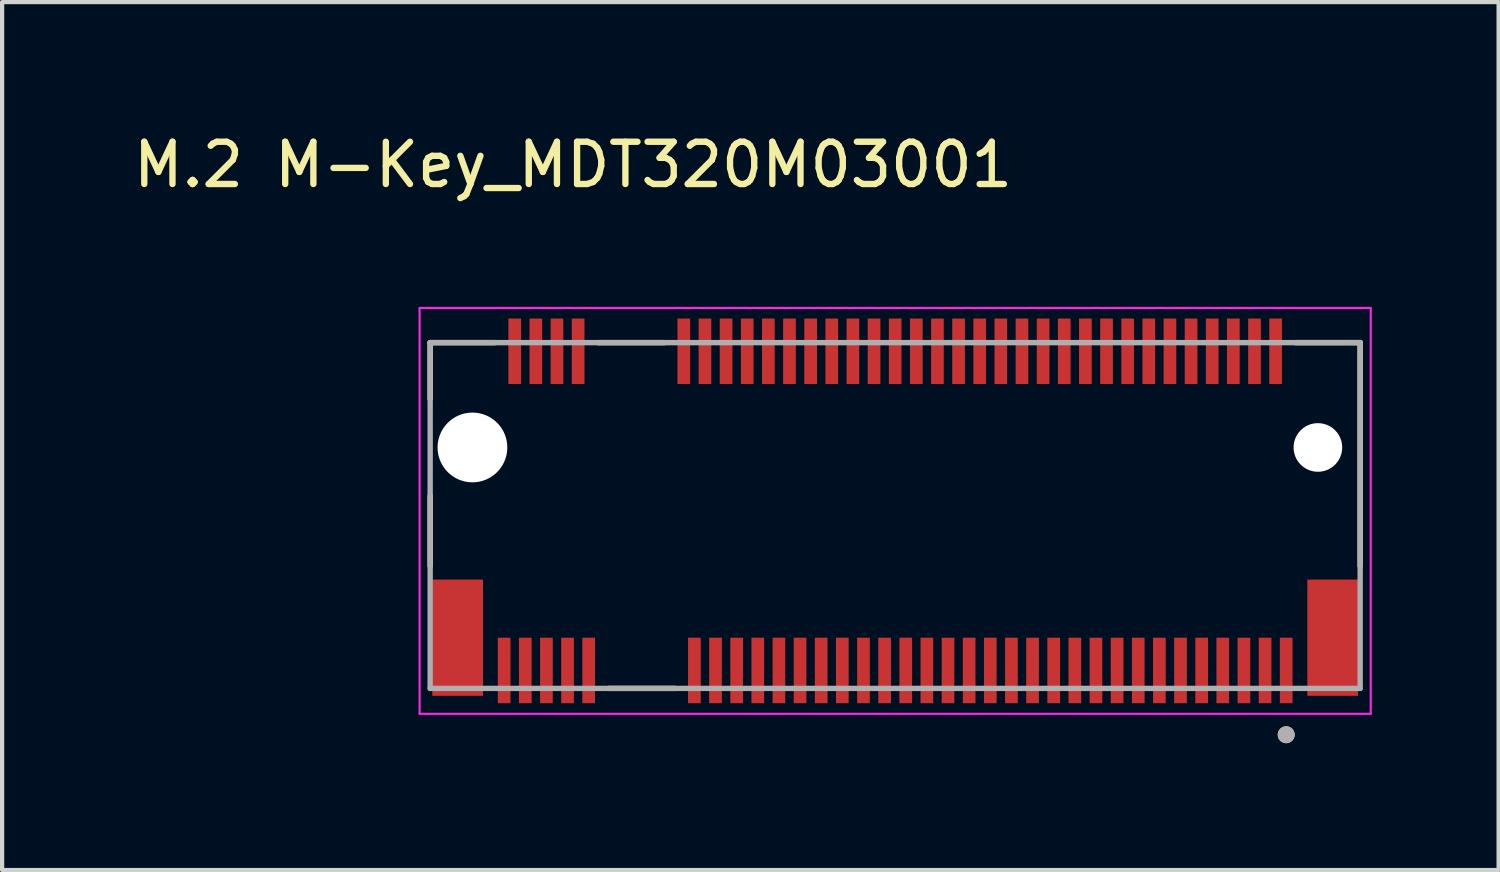
<source format=kicad_pcb>
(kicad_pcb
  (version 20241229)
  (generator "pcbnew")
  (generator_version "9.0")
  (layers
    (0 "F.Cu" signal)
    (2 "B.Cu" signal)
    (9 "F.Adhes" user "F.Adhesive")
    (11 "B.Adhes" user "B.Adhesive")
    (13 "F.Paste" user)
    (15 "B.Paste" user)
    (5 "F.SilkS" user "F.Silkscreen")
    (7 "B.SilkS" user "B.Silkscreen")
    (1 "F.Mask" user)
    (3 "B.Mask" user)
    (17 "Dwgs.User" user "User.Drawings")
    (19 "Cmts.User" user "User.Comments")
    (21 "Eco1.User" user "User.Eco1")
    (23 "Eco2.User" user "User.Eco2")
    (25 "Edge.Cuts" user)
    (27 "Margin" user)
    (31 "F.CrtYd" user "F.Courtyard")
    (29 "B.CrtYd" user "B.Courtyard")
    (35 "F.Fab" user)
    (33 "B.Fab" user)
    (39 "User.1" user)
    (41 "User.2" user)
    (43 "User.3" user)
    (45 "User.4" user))
  (footprint "M.2 M-Key_MDT320M03001"
    (layer "F.Cu")
    (at 18.126 11.135)
    (property "Reference" "M.2 M-Key_MDT320M03001" (at -7.62 -10.287 0) (layer "F.SilkS") (effects (font (size 1 1) (thickness 0.15))))
    (attr smd)
    (fp_line (start -11 -6.08) (end -11 -4.745) (stroke (width 0.127) (type solid)) (layer "F.SilkS"))
    (fp_line (start -11 -6.08) (end -9.47 -6.08) (stroke (width 0.127) (type solid)) (layer "F.SilkS"))
    (fp_line (start -11 -0.795) (end -11 -2.455) (stroke (width 0.127) (type solid)) (layer "F.SilkS"))
    (fp_line (start -5.463 -6.08) (end -7.027 -6.08) (stroke (width 0.127) (type solid)) (layer "F.SilkS"))
    (fp_line (start -5.213 2.1) (end -6.777 2.1) (stroke (width 0.127) (type solid)) (layer "F.SilkS"))
    (fp_line (start 9.47 -6.08) (end 11 -6.08) (stroke (width 0.127) (type solid)) (layer "F.SilkS"))
    (fp_line (start 11 -6.08) (end 11 -0.795) (stroke (width 0.127) (type solid)) (layer "F.SilkS"))
    (fp_circle (center 9.25 3.196) (end 9.15 3.196) (stroke (width 0.2) (type solid)) (fill no) (layer "F.SilkS"))
    (fp_line (start -11.25 -6.9) (end -11.25 2.7) (stroke (width 0.05) (type solid)) (layer "F.CrtYd"))
    (fp_line (start -11.25 2.7) (end 11.25 2.7) (stroke (width 0.05) (type solid)) (layer "F.CrtYd"))
    (fp_line (start 11.25 -6.9) (end -11.25 -6.9) (stroke (width 0.05) (type solid)) (layer "F.CrtYd"))
    (fp_line (start 11.25 2.7) (end 11.25 -6.9) (stroke (width 0.05) (type solid)) (layer "F.CrtYd"))
    (fp_line (start -11 -6.08) (end 11 -6.08) (stroke (width 0.127) (type solid)) (layer "F.Fab"))
    (fp_line (start -11 2.1) (end -11 -6.08) (stroke (width 0.127) (type solid)) (layer "F.Fab"))
    (fp_line (start 11 -6.08) (end 11 2.1) (stroke (width 0.127) (type solid)) (layer "F.Fab"))
    (fp_line (start 11 2.1) (end -11 2.1) (stroke (width 0.127) (type solid)) (layer "F.Fab"))
    (fp_circle (center 9.25 3.196) (end 9.15 3.196) (stroke (width 0.2) (type solid)) (fill no) (layer "F.Fab"))
    (pad "" np_thru_hole circle (at -10 -3.6 180) (size 1.65 1.65) (drill 1.65) (layers "*.Cu" "*.Mask"))
    (pad "" np_thru_hole circle (at 10 -3.6 180) (size 1.15 1.15) (drill 1.15) (layers "*.Cu" "*.Mask"))
    (pad "1" smd rect (at 9.25 1.675 180) (size 0.3 1.55) (layers "F.Cu" "F.Mask" "F.Paste"))
    (pad "2" smd rect (at 9 -5.875 180) (size 0.3 1.55) (layers "F.Cu" "F.Mask" "F.Paste"))
    (pad "3" smd rect (at 8.75 1.675 180) (size 0.3 1.55) (layers "F.Cu" "F.Mask" "F.Paste"))
    (pad "4" smd rect (at 8.5 -5.875 180) (size 0.3 1.55) (layers "F.Cu" "F.Mask" "F.Paste"))
    (pad "5" smd rect (at 8.25 1.675 180) (size 0.3 1.55) (layers "F.Cu" "F.Mask" "F.Paste"))
    (pad "6" smd rect (at 8 -5.875 180) (size 0.3 1.55) (layers "F.Cu" "F.Mask" "F.Paste"))
    (pad "7" smd rect (at 7.75 1.675 180) (size 0.3 1.55) (layers "F.Cu" "F.Mask" "F.Paste"))
    (pad "8" smd rect (at 7.5 -5.875 180) (size 0.3 1.55) (layers "F.Cu" "F.Mask" "F.Paste"))
    (pad "9" smd rect (at 7.25 1.675 180) (size 0.3 1.55) (layers "F.Cu" "F.Mask" "F.Paste"))
    (pad "10" smd rect (at 7 -5.875 180) (size 0.3 1.55) (layers "F.Cu" "F.Mask" "F.Paste"))
    (pad "11" smd rect (at 6.75 1.675 180) (size 0.3 1.55) (layers "F.Cu" "F.Mask" "F.Paste"))
    (pad "12" smd rect (at 6.5 -5.875 180) (size 0.3 1.55) (layers "F.Cu" "F.Mask" "F.Paste"))
    (pad "13" smd rect (at 6.25 1.675 180) (size 0.3 1.55) (layers "F.Cu" "F.Mask" "F.Paste"))
    (pad "14" smd rect (at 6 -5.875 180) (size 0.3 1.55) (layers "F.Cu" "F.Mask" "F.Paste"))
    (pad "15" smd rect (at 5.75 1.675 180) (size 0.3 1.55) (layers "F.Cu" "F.Mask" "F.Paste"))
    (pad "16" smd rect (at 5.5 -5.875 180) (size 0.3 1.55) (layers "F.Cu" "F.Mask" "F.Paste"))
    (pad "17" smd rect (at 5.25 1.675 180) (size 0.3 1.55) (layers "F.Cu" "F.Mask" "F.Paste"))
    (pad "18" smd rect (at 5 -5.875 180) (size 0.3 1.55) (layers "F.Cu" "F.Mask" "F.Paste"))
    (pad "19" smd rect (at 4.75 1.675 180) (size 0.3 1.55) (layers "F.Cu" "F.Mask" "F.Paste"))
    (pad "20" smd rect (at 4.5 -5.875 180) (size 0.3 1.55) (layers "F.Cu" "F.Mask" "F.Paste"))
    (pad "21" smd rect (at 4.25 1.675 180) (size 0.3 1.55) (layers "F.Cu" "F.Mask" "F.Paste"))
    (pad "22" smd rect (at 4 -5.875 180) (size 0.3 1.55) (layers "F.Cu" "F.Mask" "F.Paste"))
    (pad "23" smd rect (at 3.75 1.675 180) (size 0.3 1.55) (layers "F.Cu" "F.Mask" "F.Paste"))
    (pad "24" smd rect (at 3.5 -5.875 180) (size 0.3 1.55) (layers "F.Cu" "F.Mask" "F.Paste"))
    (pad "25" smd rect (at 3.25 1.675 180) (size 0.3 1.55) (layers "F.Cu" "F.Mask" "F.Paste"))
    (pad "26" smd rect (at 3 -5.875 180) (size 0.3 1.55) (layers "F.Cu" "F.Mask" "F.Paste"))
    (pad "27" smd rect (at 2.75 1.675 180) (size 0.3 1.55) (layers "F.Cu" "F.Mask" "F.Paste"))
    (pad "28" smd rect (at 2.5 -5.875 180) (size 0.3 1.55) (layers "F.Cu" "F.Mask" "F.Paste"))
    (pad "29" smd rect (at 2.25 1.675 180) (size 0.3 1.55) (layers "F.Cu" "F.Mask" "F.Paste"))
    (pad "30" smd rect (at 2 -5.875 180) (size 0.3 1.55) (layers "F.Cu" "F.Mask" "F.Paste"))
    (pad "31" smd rect (at 1.75 1.675 180) (size 0.3 1.55) (layers "F.Cu" "F.Mask" "F.Paste"))
    (pad "32" smd rect (at 1.5 -5.875 180) (size 0.3 1.55) (layers "F.Cu" "F.Mask" "F.Paste"))
    (pad "33" smd rect (at 1.25 1.675 180) (size 0.3 1.55) (layers "F.Cu" "F.Mask" "F.Paste"))
    (pad "34" smd rect (at 1 -5.875 180) (size 0.3 1.55) (layers "F.Cu" "F.Mask" "F.Paste"))
    (pad "35" smd rect (at 0.75 1.675 180) (size 0.3 1.55) (layers "F.Cu" "F.Mask" "F.Paste"))
    (pad "36" smd rect (at 0.5 -5.875 180) (size 0.3 1.55) (layers "F.Cu" "F.Mask" "F.Paste"))
    (pad "37" smd rect (at 0.25 1.675 180) (size 0.3 1.55) (layers "F.Cu" "F.Mask" "F.Paste"))
    (pad "38" smd rect (at 0 -5.875 180) (size 0.3 1.55) (layers "F.Cu" "F.Mask" "F.Paste"))
    (pad "39" smd rect (at -0.25 1.675 180) (size 0.3 1.55) (layers "F.Cu" "F.Mask" "F.Paste"))
    (pad "40" smd rect (at -0.5 -5.875 180) (size 0.3 1.55) (layers "F.Cu" "F.Mask" "F.Paste"))
    (pad "41" smd rect (at -0.75 1.675 180) (size 0.3 1.55) (layers "F.Cu" "F.Mask" "F.Paste"))
    (pad "42" smd rect (at -1 -5.875 180) (size 0.3 1.55) (layers "F.Cu" "F.Mask" "F.Paste"))
    (pad "43" smd rect (at -1.25 1.675 180) (size 0.3 1.55) (layers "F.Cu" "F.Mask" "F.Paste"))
    (pad "44" smd rect (at -1.5 -5.875 180) (size 0.3 1.55) (layers "F.Cu" "F.Mask" "F.Paste"))
    (pad "45" smd rect (at -1.75 1.675 180) (size 0.3 1.55) (layers "F.Cu" "F.Mask" "F.Paste"))
    (pad "46" smd rect (at -2 -5.875 180) (size 0.3 1.55) (layers "F.Cu" "F.Mask" "F.Paste"))
    (pad "47" smd rect (at -2.25 1.675 180) (size 0.3 1.55) (layers "F.Cu" "F.Mask" "F.Paste"))
    (pad "48" smd rect (at -2.5 -5.875 180) (size 0.3 1.55) (layers "F.Cu" "F.Mask" "F.Paste"))
    (pad "49" smd rect (at -2.75 1.675 180) (size 0.3 1.55) (layers "F.Cu" "F.Mask" "F.Paste"))
    (pad "50" smd rect (at -3 -5.875 180) (size 0.3 1.55) (layers "F.Cu" "F.Mask" "F.Paste"))
    (pad "51" smd rect (at -3.25 1.675 180) (size 0.3 1.55) (layers "F.Cu" "F.Mask" "F.Paste"))
    (pad "52" smd rect (at -3.5 -5.875 180) (size 0.3 1.55) (layers "F.Cu" "F.Mask" "F.Paste"))
    (pad "53" smd rect (at -3.75 1.675 180) (size 0.3 1.55) (layers "F.Cu" "F.Mask" "F.Paste"))
    (pad "54" smd rect (at -4 -5.875 180) (size 0.3 1.55) (layers "F.Cu" "F.Mask" "F.Paste"))
    (pad "55" smd rect (at -4.25 1.675 180) (size 0.3 1.55) (layers "F.Cu" "F.Mask" "F.Paste"))
    (pad "56" smd rect (at -4.5 -5.875 180) (size 0.3 1.55) (layers "F.Cu" "F.Mask" "F.Paste"))
    (pad "57" smd rect (at -4.75 1.675 180) (size 0.3 1.55) (layers "F.Cu" "F.Mask" "F.Paste"))
    (pad "58" smd rect (at -5 -5.875 180) (size 0.3 1.55) (layers "F.Cu" "F.Mask" "F.Paste"))
    (pad "67" smd rect (at -7.25 1.675 180) (size 0.3 1.55) (layers "F.Cu" "F.Mask" "F.Paste"))
    (pad "68" smd rect (at -7.5 -5.875 180) (size 0.3 1.55) (layers "F.Cu" "F.Mask" "F.Paste"))
    (pad "69" smd rect (at -7.75 1.675 180) (size 0.3 1.55) (layers "F.Cu" "F.Mask" "F.Paste"))
    (pad "70" smd rect (at -8 -5.875 180) (size 0.3 1.55) (layers "F.Cu" "F.Mask" "F.Paste"))
    (pad "71" smd rect (at -8.25 1.675 180) (size 0.3 1.55) (layers "F.Cu" "F.Mask" "F.Paste"))
    (pad "72" smd rect (at -8.5 -5.875 180) (size 0.3 1.55) (layers "F.Cu" "F.Mask" "F.Paste"))
    (pad "73" smd rect (at -8.75 1.675 180) (size 0.3 1.55) (layers "F.Cu" "F.Mask" "F.Paste"))
    (pad "74" smd rect (at -9 -5.875 180) (size 0.3 1.55) (layers "F.Cu" "F.Mask" "F.Paste"))
    (pad "75" smd rect (at -9.25 1.675 180) (size 0.3 1.55) (layers "F.Cu" "F.Mask" "F.Paste"))
    (pad "S1" smd rect (at 10.35 0.9 180) (size 1.2 2.75) (layers "F.Cu" "F.Mask" "F.Paste"))
    (pad "S2" smd rect (at -10.35 0.9 180) (size 1.2 2.75) (layers "F.Cu" "F.Mask" "F.Paste")))
  (gr_rect
    (start -3 -3)
    (end 32.401 17.531)
    (stroke (width 0.1) (type default))
    (fill no)
    (layer "Edge.Cuts")))
</source>
